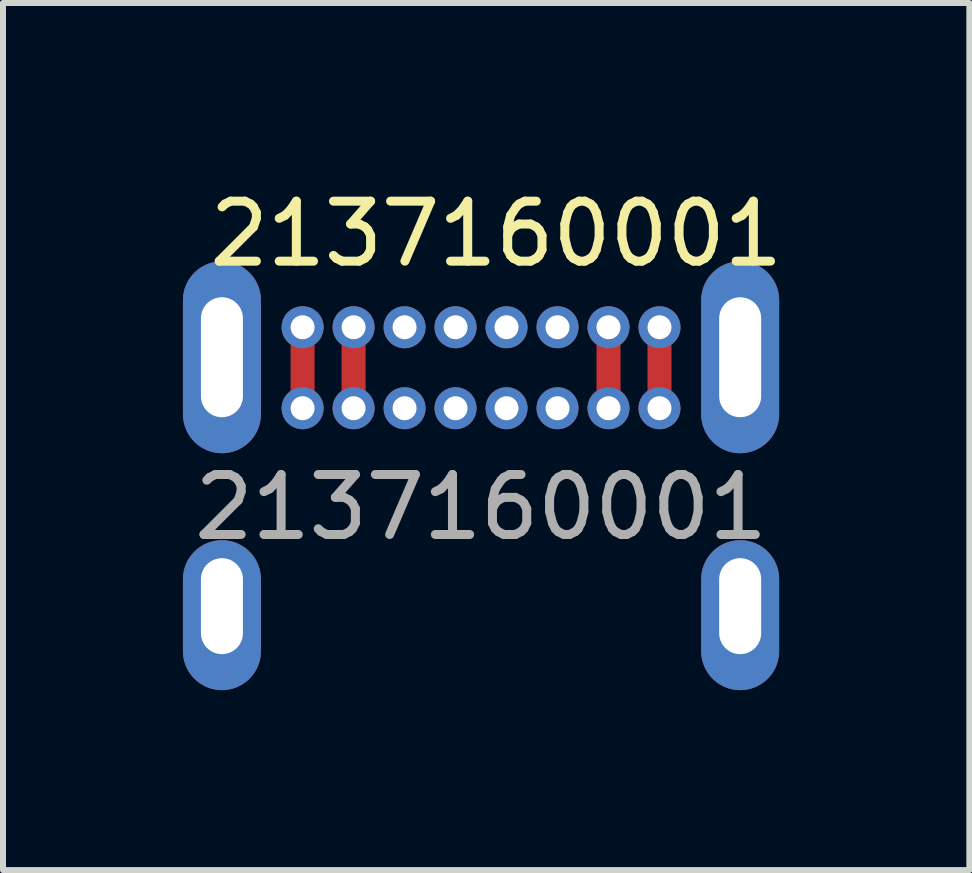
<source format=kicad_pcb>
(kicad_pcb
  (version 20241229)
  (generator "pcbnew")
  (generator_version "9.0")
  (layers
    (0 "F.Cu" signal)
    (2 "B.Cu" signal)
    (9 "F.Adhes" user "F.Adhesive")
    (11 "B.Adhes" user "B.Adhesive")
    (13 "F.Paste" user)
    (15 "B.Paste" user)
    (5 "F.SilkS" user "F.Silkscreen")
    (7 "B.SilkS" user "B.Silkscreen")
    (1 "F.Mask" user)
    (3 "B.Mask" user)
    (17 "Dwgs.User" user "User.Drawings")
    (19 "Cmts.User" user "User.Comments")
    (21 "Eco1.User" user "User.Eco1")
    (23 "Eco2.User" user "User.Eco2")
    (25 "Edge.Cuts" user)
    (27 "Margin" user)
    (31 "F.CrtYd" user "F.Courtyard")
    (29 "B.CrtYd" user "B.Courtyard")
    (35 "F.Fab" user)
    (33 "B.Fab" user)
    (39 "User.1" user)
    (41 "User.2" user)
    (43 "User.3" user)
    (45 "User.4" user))
  (footprint "2137160001"
    (layer "F.Cu")
    (at 4.97 2.906)
    (property "Reference" "2137160001" (at 0.254 -2.057 0) (unlocked yes) (layer "F.SilkS") (effects (font (size 1 1) (thickness 0.15))))
    (attr through_hole)
    (fp_line (start -2.975 -0.5) (end -2.975 0.85) (stroke (width 0.4) (type default)) (layer "F.Cu"))
    (fp_line (start -2.125 -0.5) (end -2.125 0.85) (stroke (width 0.4) (type default)) (layer "F.Cu"))
    (fp_line (start 2.125 -0.5) (end 2.125 0.85) (stroke (width 0.4) (type default)) (layer "F.Cu"))
    (fp_line (start 2.975 -0.5) (end 2.975 0.85) (stroke (width 0.4) (type default)) (layer "F.Cu"))
    (fp_text user "${REFERENCE}" (at 0 2.5 0) (unlocked yes) (layer "F.Fab") (effects (font (size 1 1) (thickness 0.15))))
    (pad "0" thru_hole oval (at -4.32 0) (size 1.3 3.2) (drill oval 0.7 2) (layers "*.Cu" "*.Mask"))
    (pad "0" thru_hole oval (at -4.32 4.15) (size 1.3 2.5) (drill oval 0.7 1.6 (offset 0 0.15)) (layers "*.Cu" "*.Mask"))
    (pad "0" thru_hole oval (at 4.32 0) (size 1.3 3.2) (drill oval 0.7 2) (layers "*.Cu" "*.Mask"))
    (pad "0" thru_hole oval (at 4.32 4.15) (size 1.3 2.5) (drill oval 0.7 1.6 (offset 0 0.15)) (layers "*.Cu" "*.Mask"))
    (pad "A1" thru_hole circle (at -2.975 -0.5) (size 0.7 0.7) (drill 0.4) (layers "*.Cu" "*.Mask"))
    (pad "A4" thru_hole circle (at -2.125 -0.5) (size 0.7 0.7) (drill 0.4) (layers "*.Cu" "*.Mask"))
    (pad "A5" thru_hole circle (at -1.275 -0.5) (size 0.7 0.7) (drill 0.4) (layers "*.Cu" "*.Mask"))
    (pad "A6" thru_hole circle (at -0.425 -0.5) (size 0.7 0.7) (drill 0.4) (layers "*.Cu" "*.Mask"))
    (pad "A7" thru_hole circle (at 0.425 -0.5) (size 0.7 0.7) (drill 0.4) (layers "*.Cu" "*.Mask"))
    (pad "A8" thru_hole circle (at 1.275 -0.5) (size 0.7 0.7) (drill 0.4) (layers "*.Cu" "*.Mask"))
    (pad "A9" thru_hole circle (at 2.125 -0.5) (size 0.7 0.7) (drill 0.4) (layers "*.Cu" "*.Mask"))
    (pad "A12" thru_hole circle (at 2.975 -0.5) (size 0.7 0.7) (drill 0.4) (layers "*.Cu" "*.Mask"))
    (pad "B1" thru_hole circle (at 2.975 0.85) (size 0.7 0.7) (drill 0.4) (layers "*.Cu" "*.Mask"))
    (pad "B4" thru_hole circle (at 2.125 0.85) (size 0.7 0.7) (drill 0.4) (layers "*.Cu" "*.Mask"))
    (pad "B5" thru_hole circle (at 1.275 0.85) (size 0.7 0.7) (drill 0.4) (layers "*.Cu" "*.Mask"))
    (pad "B6" thru_hole circle (at 0.425 0.85) (size 0.7 0.7) (drill 0.4) (layers "*.Cu" "*.Mask"))
    (pad "B7" thru_hole circle (at -0.425 0.85) (size 0.7 0.7) (drill 0.4) (layers "*.Cu" "*.Mask"))
    (pad "B8" thru_hole circle (at -1.275 0.85) (size 0.7 0.7) (drill 0.4) (layers "*.Cu" "*.Mask"))
    (pad "B9" thru_hole circle (at -2.125 0.85) (size 0.7 0.7) (drill 0.4) (layers "*.Cu" "*.Mask"))
    (pad "B12" thru_hole circle (at -2.975 0.85) (size 0.7 0.7) (drill 0.4) (layers "*.Cu" "*.Mask")))
  (gr_rect
    (start -3 -3)
    (end 13.111 11.456)
    (stroke (width 0.1) (type default))
    (fill no)
    (layer "Edge.Cuts")))
</source>
